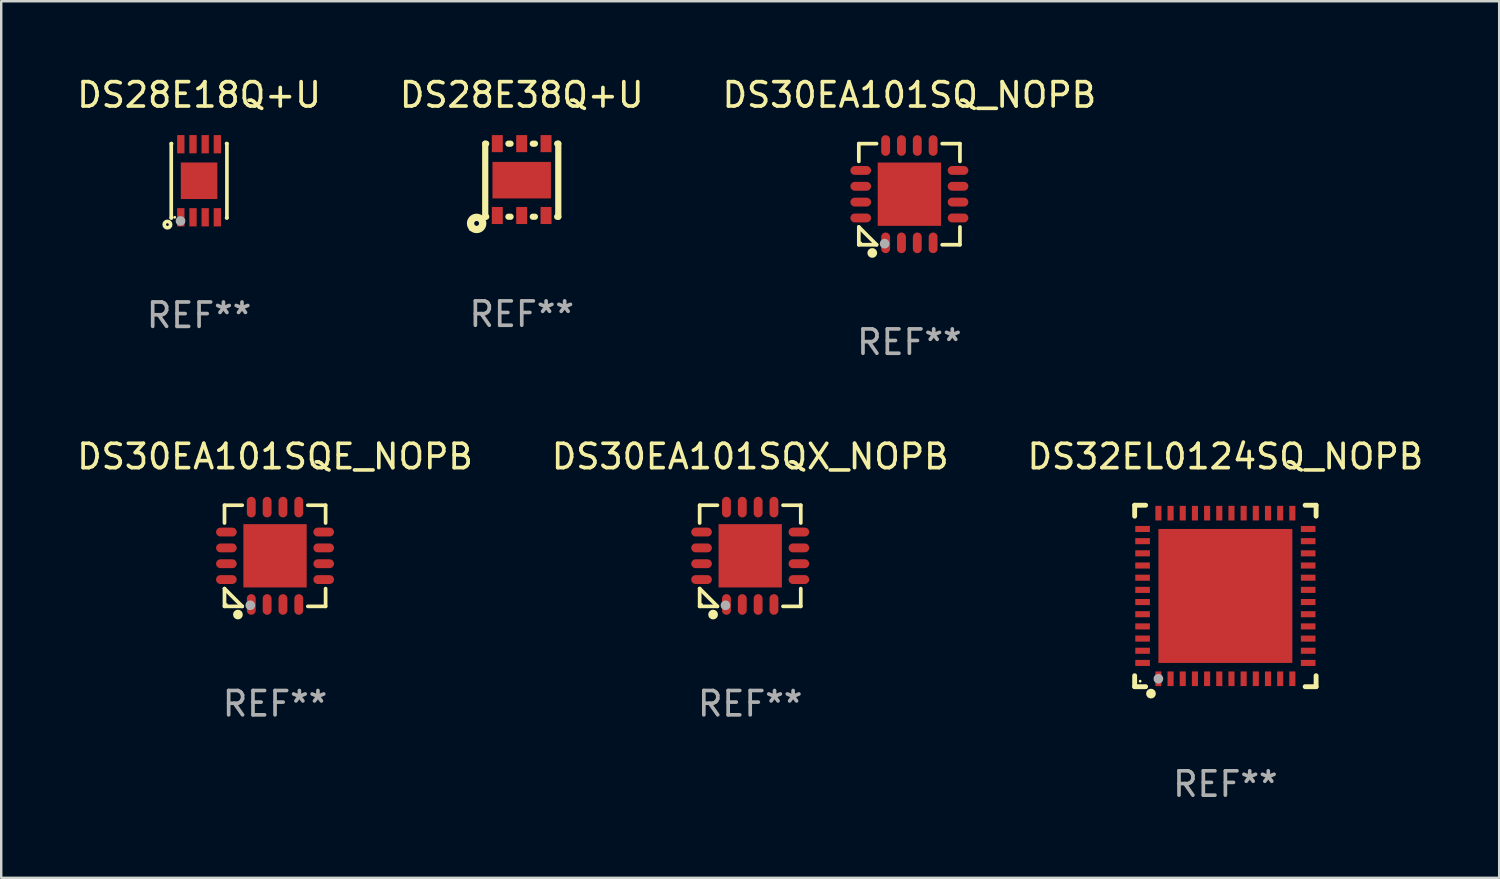
<source format=kicad_pcb>
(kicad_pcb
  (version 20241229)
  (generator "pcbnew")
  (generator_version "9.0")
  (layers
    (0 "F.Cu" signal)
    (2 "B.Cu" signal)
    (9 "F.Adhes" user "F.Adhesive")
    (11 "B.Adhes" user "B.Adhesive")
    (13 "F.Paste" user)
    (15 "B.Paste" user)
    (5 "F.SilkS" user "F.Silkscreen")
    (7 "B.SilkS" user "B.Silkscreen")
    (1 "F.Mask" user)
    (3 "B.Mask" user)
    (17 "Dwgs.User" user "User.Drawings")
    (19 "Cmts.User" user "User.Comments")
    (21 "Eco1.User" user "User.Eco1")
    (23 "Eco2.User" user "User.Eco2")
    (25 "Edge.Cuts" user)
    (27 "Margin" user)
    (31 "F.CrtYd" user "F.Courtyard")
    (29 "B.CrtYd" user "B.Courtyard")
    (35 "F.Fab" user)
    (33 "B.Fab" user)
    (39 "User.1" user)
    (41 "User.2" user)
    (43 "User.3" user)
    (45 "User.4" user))
  (footprint "DS32EL0124SQ_NOPB"
    (layer "F.Cu")
    (at 47.268 21.422)
    (property "Reference" "DS32EL0124SQ_NOPB" (at 0 -5.725 0) (layer "F.SilkS") (effects (font (size 1 1) (thickness 0.15))))
    (attr through_hole)
    (fp_line (start -3.725 -3.725) (end -3.275 -3.725) (stroke (width 0.2) (type solid)) (layer "F.SilkS"))
    (fp_line (start -3.725 -3.275) (end -3.725 -3.725) (stroke (width 0.2) (type solid)) (layer "F.SilkS"))
    (fp_line (start -3.725 3.725) (end -3.725 3.275) (stroke (width 0.2) (type solid)) (layer "F.SilkS"))
    (fp_line (start -3.275 3.725) (end -3.725 3.725) (stroke (width 0.2) (type solid)) (layer "F.SilkS"))
    (fp_line (start 3.275 3.725) (end 3.725 3.725) (stroke (width 0.2) (type solid)) (layer "F.SilkS"))
    (fp_line (start 3.725 -3.725) (end 3.275 -3.725) (stroke (width 0.2) (type solid)) (layer "F.SilkS"))
    (fp_line (start 3.725 -3.275) (end 3.725 -3.725) (stroke (width 0.2) (type solid)) (layer "F.SilkS"))
    (fp_line (start 3.725 3.725) (end 3.725 3.275) (stroke (width 0.2) (type solid)) (layer "F.SilkS"))
    (fp_circle (center -3.5 3.5) (end -3.47 3.5) (stroke (width 0.06) (type solid)) (fill no) (layer "F.SilkS"))
    (fp_circle (center -3.055 4.01) (end -2.955 4.01) (stroke (width 0.2) (type solid)) (fill no) (layer "F.SilkS"))
    (fp_circle (center -2.75 3.4) (end -2.65 3.4) (stroke (width 0.2) (type solid)) (fill no) (layer "F.Fab"))
    (fp_text user "REF**" (at 0 7.725 0) (layer "F.Fab") (effects (font (size 1 1) (thickness 0.15))))
    (pad "1" smd rect (at -2.75 3.4 180) (size 0.25 0.6) (layers "F.Cu" "F.Mask" "F.Paste"))
    (pad "2" smd rect (at -2.25 3.4 180) (size 0.25 0.6) (layers "F.Cu" "F.Mask" "F.Paste"))
    (pad "3" smd rect (at -1.75 3.4 180) (size 0.25 0.6) (layers "F.Cu" "F.Mask" "F.Paste"))
    (pad "4" smd rect (at -1.25 3.4 180) (size 0.25 0.6) (layers "F.Cu" "F.Mask" "F.Paste"))
    (pad "5" smd rect (at -0.75 3.4 180) (size 0.25 0.6) (layers "F.Cu" "F.Mask" "F.Paste"))
    (pad "6" smd rect (at -0.25 3.4 180) (size 0.25 0.6) (layers "F.Cu" "F.Mask" "F.Paste"))
    (pad "7" smd rect (at 0.25 3.4 180) (size 0.25 0.6) (layers "F.Cu" "F.Mask" "F.Paste"))
    (pad "8" smd rect (at 0.75 3.4 180) (size 0.25 0.6) (layers "F.Cu" "F.Mask" "F.Paste"))
    (pad "9" smd rect (at 1.25 3.4 180) (size 0.25 0.6) (layers "F.Cu" "F.Mask" "F.Paste"))
    (pad "10" smd rect (at 1.75 3.4 180) (size 0.25 0.6) (layers "F.Cu" "F.Mask" "F.Paste"))
    (pad "11" smd rect (at 2.25 3.4 180) (size 0.25 0.6) (layers "F.Cu" "F.Mask" "F.Paste"))
    (pad "12" smd rect (at 2.75 3.4 180) (size 0.25 0.6) (layers "F.Cu" "F.Mask" "F.Paste"))
    (pad "13" smd rect (at 3.4 2.75 90) (size 0.25 0.6) (layers "F.Cu" "F.Mask" "F.Paste"))
    (pad "14" smd rect (at 3.4 2.25 90) (size 0.25 0.6) (layers "F.Cu" "F.Mask" "F.Paste"))
    (pad "15" smd rect (at 3.4 1.75 90) (size 0.25 0.6) (layers "F.Cu" "F.Mask" "F.Paste"))
    (pad "16" smd rect (at 3.4 1.25 90) (size 0.25 0.6) (layers "F.Cu" "F.Mask" "F.Paste"))
    (pad "17" smd rect (at 3.4 0.75 90) (size 0.25 0.6) (layers "F.Cu" "F.Mask" "F.Paste"))
    (pad "18" smd rect (at 3.4 0.25 90) (size 0.25 0.6) (layers "F.Cu" "F.Mask" "F.Paste"))
    (pad "19" smd rect (at 3.4 -0.25 90) (size 0.25 0.6) (layers "F.Cu" "F.Mask" "F.Paste"))
    (pad "20" smd rect (at 3.4 -0.75 90) (size 0.25 0.6) (layers "F.Cu" "F.Mask" "F.Paste"))
    (pad "21" smd rect (at 3.4 -1.25 90) (size 0.25 0.6) (layers "F.Cu" "F.Mask" "F.Paste"))
    (pad "22" smd rect (at 3.4 -1.75 90) (size 0.25 0.6) (layers "F.Cu" "F.Mask" "F.Paste"))
    (pad "23" smd rect (at 3.4 -2.25 90) (size 0.25 0.6) (layers "F.Cu" "F.Mask" "F.Paste"))
    (pad "24" smd rect (at 3.4 -2.75 90) (size 0.25 0.6) (layers "F.Cu" "F.Mask" "F.Paste"))
    (pad "25" smd rect (at 2.75 -3.4 180) (size 0.25 0.6) (layers "F.Cu" "F.Mask" "F.Paste"))
    (pad "26" smd rect (at 2.25 -3.4 180) (size 0.25 0.6) (layers "F.Cu" "F.Mask" "F.Paste"))
    (pad "27" smd rect (at 1.75 -3.4 180) (size 0.25 0.6) (layers "F.Cu" "F.Mask" "F.Paste"))
    (pad "28" smd rect (at 1.25 -3.4 180) (size 0.25 0.6) (layers "F.Cu" "F.Mask" "F.Paste"))
    (pad "29" smd rect (at 0.75 -3.4 180) (size 0.25 0.6) (layers "F.Cu" "F.Mask" "F.Paste"))
    (pad "30" smd rect (at 0.25 -3.4 180) (size 0.25 0.6) (layers "F.Cu" "F.Mask" "F.Paste"))
    (pad "31" smd rect (at -0.25 -3.4 180) (size 0.25 0.6) (layers "F.Cu" "F.Mask" "F.Paste"))
    (pad "32" smd rect (at -0.75 -3.4 180) (size 0.25 0.6) (layers "F.Cu" "F.Mask" "F.Paste"))
    (pad "33" smd rect (at -1.25 -3.4 180) (size 0.25 0.6) (layers "F.Cu" "F.Mask" "F.Paste"))
    (pad "34" smd rect (at -1.75 -3.4 180) (size 0.25 0.6) (layers "F.Cu" "F.Mask" "F.Paste"))
    (pad "35" smd rect (at -2.25 -3.4 180) (size 0.25 0.6) (layers "F.Cu" "F.Mask" "F.Paste"))
    (pad "36" smd rect (at -2.75 -3.4 180) (size 0.25 0.6) (layers "F.Cu" "F.Mask" "F.Paste"))
    (pad "37" smd rect (at -3.4 -2.75 90) (size 0.25 0.6) (layers "F.Cu" "F.Mask" "F.Paste"))
    (pad "38" smd rect (at -3.4 -2.25 90) (size 0.25 0.6) (layers "F.Cu" "F.Mask" "F.Paste"))
    (pad "39" smd rect (at -3.4 -1.75 90) (size 0.25 0.6) (layers "F.Cu" "F.Mask" "F.Paste"))
    (pad "40" smd rect (at -3.4 -1.25 90) (size 0.25 0.6) (layers "F.Cu" "F.Mask" "F.Paste"))
    (pad "41" smd rect (at -3.4 -0.75 90) (size 0.25 0.6) (layers "F.Cu" "F.Mask" "F.Paste"))
    (pad "42" smd rect (at -3.4 -0.25 90) (size 0.25 0.6) (layers "F.Cu" "F.Mask" "F.Paste"))
    (pad "43" smd rect (at -3.4 0.25 90) (size 0.25 0.6) (layers "F.Cu" "F.Mask" "F.Paste"))
    (pad "44" smd rect (at -3.4 0.75 90) (size 0.25 0.6) (layers "F.Cu" "F.Mask" "F.Paste"))
    (pad "45" smd rect (at -3.4 1.25 90) (size 0.25 0.6) (layers "F.Cu" "F.Mask" "F.Paste"))
    (pad "46" smd rect (at -3.4 1.75 90) (size 0.25 0.6) (layers "F.Cu" "F.Mask" "F.Paste"))
    (pad "47" smd rect (at -3.4 2.25 90) (size 0.25 0.6) (layers "F.Cu" "F.Mask" "F.Paste"))
    (pad "48" smd rect (at -3.4 2.75 90) (size 0.25 0.6) (layers "F.Cu" "F.Mask" "F.Paste"))
    (pad "49" smd rect (at -0.000076 -0.000076 90) (size 5.5 5.5) (layers "F.Cu" "F.Mask" "F.Paste")))
  (footprint "DS28E38Q+U"
    (layer "F.Cu")
    (at 18.375 4.349)
    (property "Reference" "DS28E38Q+U" (at 0 -3.501 0) (layer "F.SilkS") (effects (font (size 1 1) (thickness 0.15))))
    (attr through_hole)
    (fp_line (start -1.5 -1.499) (end -1.46 -1.499) (stroke (width 0.254) (type solid)) (layer "F.SilkS"))
    (fp_line (start -1.5 1.501) (end -1.5 -1.499) (stroke (width 0.254) (type solid)) (layer "F.SilkS"))
    (fp_line (start -1.5 1.501) (end -1.46 1.501) (stroke (width 0.254) (type solid)) (layer "F.SilkS"))
    (fp_line (start -0.548 -1.499) (end -0.459 -1.499) (stroke (width 0.254) (type solid)) (layer "F.SilkS"))
    (fp_line (start -0.548 1.501) (end -0.459 1.501) (stroke (width 0.254) (type solid)) (layer "F.SilkS"))
    (fp_line (start 0.453 -1.499) (end 0.541 -1.499) (stroke (width 0.254) (type solid)) (layer "F.SilkS"))
    (fp_line (start 0.453 1.501) (end 0.541 1.501) (stroke (width 0.254) (type solid)) (layer "F.SilkS"))
    (fp_line (start 1.454 -1.499) (end 1.5 -1.499) (stroke (width 0.254) (type solid)) (layer "F.SilkS"))
    (fp_line (start 1.454 1.501) (end 1.5 1.501) (stroke (width 0.254) (type solid)) (layer "F.SilkS"))
    (fp_line (start 1.5 1.501) (end 1.5 -1.499) (stroke (width 0.254) (type solid)) (layer "F.SilkS"))
    (fp_circle (center -2.103 2.025) (end -2.073 2.025) (stroke (width 0.06) (type solid)) (fill no) (layer "F.SilkS"))
    (fp_circle (center -1.853 1.775) (end -1.753 1.775) (stroke (width 0.3) (type solid)) (fill no) (layer "F.SilkS"))
    (fp_text user "REF**" (at 0 5.501 0) (layer "F.Fab") (effects (font (size 1 1) (thickness 0.15))))
    (pad "1" smd rect (at -1.004 1.45) (size 0.45 0.701) (layers "F.Cu" "F.Mask" "F.Paste"))
    (pad "2" smd rect (at -0.003 1.45) (size 0.45 0.701) (layers "F.Cu" "F.Mask" "F.Paste"))
    (pad "3" smd rect (at 0.997 1.45) (size 0.45 0.701) (layers "F.Cu" "F.Mask" "F.Paste"))
    (pad "4" smd rect (at 0.997 -1.501) (size 0.45 0.701) (layers "F.Cu" "F.Mask" "F.Paste"))
    (pad "5" smd rect (at -0.003 -1.501) (size 0.45 0.701) (layers "F.Cu" "F.Mask" "F.Paste"))
    (pad "6" smd rect (at -1.004 -1.501) (size 0.45 0.701) (layers "F.Cu" "F.Mask" "F.Paste"))
    (pad "7" smd rect (at -0.003 0) (size 2.4 1.5) (layers "F.Cu" "F.Mask" "F.Paste")))
  (footprint "DS30EA101SQ_NOPB"
    (layer "F.Cu")
    (at 34.292 4.924)
    (property "Reference" "DS30EA101SQ_NOPB" (at 0 -4.076 0) (layer "F.SilkS") (effects (font (size 1 1) (thickness 0.15))))
    (attr through_hole)
    (fp_line (start -2.076 -2.076) (end -1.347 -2.076) (stroke (width 0.152) (type solid)) (layer "F.SilkS"))
    (fp_line (start -2.076 -1.347) (end -2.076 -2.076) (stroke (width 0.152) (type solid)) (layer "F.SilkS"))
    (fp_line (start -2.076 1.347) (end -2.076 2.076) (stroke (width 0.152) (type solid)) (layer "F.SilkS"))
    (fp_line (start -2.076 2.076) (end -1.347 2.076) (stroke (width 0.152) (type solid)) (layer "F.SilkS"))
    (fp_line (start -1.347 2.076) (end -2.076 1.347) (stroke (width 0.152) (type solid)) (layer "F.SilkS"))
    (fp_line (start 2.076 -2.076) (end 1.347 -2.076) (stroke (width 0.152) (type solid)) (layer "F.SilkS"))
    (fp_line (start 2.076 -1.347) (end 2.076 -2.076) (stroke (width 0.152) (type solid)) (layer "F.SilkS"))
    (fp_line (start 2.076 1.347) (end 2.076 2.076) (stroke (width 0.152) (type solid)) (layer "F.SilkS"))
    (fp_line (start 2.076 2.076) (end 1.347 2.076) (stroke (width 0.152) (type solid)) (layer "F.SilkS"))
    (fp_circle (center -2 2) (end -1.97 2) (stroke (width 0.06) (type solid)) (fill no) (layer "F.SilkS"))
    (fp_circle (center -1.524 2.413) (end -1.424 2.413) (stroke (width 0.2) (type solid)) (fill no) (layer "F.SilkS"))
    (fp_circle (center -1.016 2.032) (end -0.916 2.032) (stroke (width 0.2) (type solid)) (fill no) (layer "F.Fab"))
    (fp_text user "REF**" (at 0 6.076 0) (layer "F.Fab") (effects (font (size 1 1) (thickness 0.15))))
    (pad "1" smd oval (at -0.975 1.998) (size 0.364 0.847) (layers "F.Cu" "F.Mask" "F.Paste"))
    (pad "2" smd oval (at -0.325 1.998) (size 0.364 0.847) (layers "F.Cu" "F.Mask" "F.Paste"))
    (pad "3" smd oval (at 0.325 1.998) (size 0.364 0.847) (layers "F.Cu" "F.Mask" "F.Paste"))
    (pad "4" smd oval (at 0.975 1.998) (size 0.364 0.847) (layers "F.Cu" "F.Mask" "F.Paste"))
    (pad "5" smd oval (at 1.998 0.975) (size 0.847 0.364) (layers "F.Cu" "F.Mask" "F.Paste"))
    (pad "6" smd oval (at 1.998 0.325) (size 0.847 0.364) (layers "F.Cu" "F.Mask" "F.Paste"))
    (pad "7" smd oval (at 1.998 -0.325) (size 0.847 0.364) (layers "F.Cu" "F.Mask" "F.Paste"))
    (pad "8" smd oval (at 1.998 -0.975) (size 0.847 0.364) (layers "F.Cu" "F.Mask" "F.Paste"))
    (pad "9" smd oval (at 0.975 -1.999) (size 0.364 0.847) (layers "F.Cu" "F.Mask" "F.Paste"))
    (pad "10" smd oval (at 0.325 -1.999) (size 0.364 0.847) (layers "F.Cu" "F.Mask" "F.Paste"))
    (pad "11" smd oval (at -0.325 -1.999) (size 0.364 0.847) (layers "F.Cu" "F.Mask" "F.Paste"))
    (pad "12" smd oval (at -0.975 -1.999) (size 0.364 0.847) (layers "F.Cu" "F.Mask" "F.Paste"))
    (pad "13" smd oval (at -1.998 -0.975) (size 0.847 0.364) (layers "F.Cu" "F.Mask" "F.Paste"))
    (pad "14" smd oval (at -1.998 -0.325) (size 0.847 0.364) (layers "F.Cu" "F.Mask" "F.Paste"))
    (pad "15" smd oval (at -1.998 0.325) (size 0.847 0.364) (layers "F.Cu" "F.Mask" "F.Paste"))
    (pad "16" smd oval (at -1.998 0.975) (size 0.847 0.364) (layers "F.Cu" "F.Mask" "F.Paste"))
    (pad "17" smd rect (at 0 -0.000025) (size 2.6 2.6) (layers "F.Cu" "F.Mask" "F.Paste")))
  (footprint "DS30EA101SQE_NOPB"
    (layer "F.Cu")
    (at 8.244 19.773)
    (property "Reference" "DS30EA101SQE_NOPB" (at 0 -4.076 0) (layer "F.SilkS") (effects (font (size 1 1) (thickness 0.15))))
    (attr through_hole)
    (fp_line (start -2.076 -2.076) (end -1.347 -2.076) (stroke (width 0.152) (type solid)) (layer "F.SilkS"))
    (fp_line (start -2.076 -1.347) (end -2.076 -2.076) (stroke (width 0.152) (type solid)) (layer "F.SilkS"))
    (fp_line (start -2.076 1.347) (end -2.076 2.076) (stroke (width 0.152) (type solid)) (layer "F.SilkS"))
    (fp_line (start -2.076 2.076) (end -1.347 2.076) (stroke (width 0.152) (type solid)) (layer "F.SilkS"))
    (fp_line (start -1.347 2.076) (end -2.076 1.347) (stroke (width 0.152) (type solid)) (layer "F.SilkS"))
    (fp_line (start 2.076 -2.076) (end 1.347 -2.076) (stroke (width 0.152) (type solid)) (layer "F.SilkS"))
    (fp_line (start 2.076 -1.347) (end 2.076 -2.076) (stroke (width 0.152) (type solid)) (layer "F.SilkS"))
    (fp_line (start 2.076 1.347) (end 2.076 2.076) (stroke (width 0.152) (type solid)) (layer "F.SilkS"))
    (fp_line (start 2.076 2.076) (end 1.347 2.076) (stroke (width 0.152) (type solid)) (layer "F.SilkS"))
    (fp_circle (center -2 2) (end -1.97 2) (stroke (width 0.06) (type solid)) (fill no) (layer "F.SilkS"))
    (fp_circle (center -1.524 2.413) (end -1.424 2.413) (stroke (width 0.2) (type solid)) (fill no) (layer "F.SilkS"))
    (fp_circle (center -1.016 2.032) (end -0.916 2.032) (stroke (width 0.2) (type solid)) (fill no) (layer "F.Fab"))
    (fp_text user "REF**" (at 0 6.076 0) (layer "F.Fab") (effects (font (size 1 1) (thickness 0.15))))
    (pad "1" smd oval (at -0.975 1.998) (size 0.364 0.847) (layers "F.Cu" "F.Mask" "F.Paste"))
    (pad "2" smd oval (at -0.325 1.998) (size 0.364 0.847) (layers "F.Cu" "F.Mask" "F.Paste"))
    (pad "3" smd oval (at 0.325 1.998) (size 0.364 0.847) (layers "F.Cu" "F.Mask" "F.Paste"))
    (pad "4" smd oval (at 0.975 1.998) (size 0.364 0.847) (layers "F.Cu" "F.Mask" "F.Paste"))
    (pad "5" smd oval (at 1.998 0.975) (size 0.847 0.364) (layers "F.Cu" "F.Mask" "F.Paste"))
    (pad "6" smd oval (at 1.998 0.325) (size 0.847 0.364) (layers "F.Cu" "F.Mask" "F.Paste"))
    (pad "7" smd oval (at 1.998 -0.325) (size 0.847 0.364) (layers "F.Cu" "F.Mask" "F.Paste"))
    (pad "8" smd oval (at 1.998 -0.975) (size 0.847 0.364) (layers "F.Cu" "F.Mask" "F.Paste"))
    (pad "9" smd oval (at 0.975 -1.999) (size 0.364 0.847) (layers "F.Cu" "F.Mask" "F.Paste"))
    (pad "10" smd oval (at 0.325 -1.999) (size 0.364 0.847) (layers "F.Cu" "F.Mask" "F.Paste"))
    (pad "11" smd oval (at -0.325 -1.999) (size 0.364 0.847) (layers "F.Cu" "F.Mask" "F.Paste"))
    (pad "12" smd oval (at -0.975 -1.999) (size 0.364 0.847) (layers "F.Cu" "F.Mask" "F.Paste"))
    (pad "13" smd oval (at -1.998 -0.975) (size 0.847 0.364) (layers "F.Cu" "F.Mask" "F.Paste"))
    (pad "14" smd oval (at -1.998 -0.325) (size 0.847 0.364) (layers "F.Cu" "F.Mask" "F.Paste"))
    (pad "15" smd oval (at -1.998 0.325) (size 0.847 0.364) (layers "F.Cu" "F.Mask" "F.Paste"))
    (pad "16" smd oval (at -1.998 0.975) (size 0.847 0.364) (layers "F.Cu" "F.Mask" "F.Paste"))
    (pad "17" smd rect (at 0 -0.000025) (size 2.6 2.6) (layers "F.Cu" "F.Mask" "F.Paste")))
  (footprint "DS30EA101SQX_NOPB"
    (layer "F.Cu")
    (at 27.756 19.773)
    (property "Reference" "DS30EA101SQX_NOPB" (at 0 -4.076 0) (layer "F.SilkS") (effects (font (size 1 1) (thickness 0.15))))
    (attr through_hole)
    (fp_line (start -2.076 -2.076) (end -1.347 -2.076) (stroke (width 0.152) (type solid)) (layer "F.SilkS"))
    (fp_line (start -2.076 -1.347) (end -2.076 -2.076) (stroke (width 0.152) (type solid)) (layer "F.SilkS"))
    (fp_line (start -2.076 1.347) (end -2.076 2.076) (stroke (width 0.152) (type solid)) (layer "F.SilkS"))
    (fp_line (start -2.076 2.076) (end -1.347 2.076) (stroke (width 0.152) (type solid)) (layer "F.SilkS"))
    (fp_line (start -1.347 2.076) (end -2.076 1.347) (stroke (width 0.152) (type solid)) (layer "F.SilkS"))
    (fp_line (start 2.076 -2.076) (end 1.347 -2.076) (stroke (width 0.152) (type solid)) (layer "F.SilkS"))
    (fp_line (start 2.076 -1.347) (end 2.076 -2.076) (stroke (width 0.152) (type solid)) (layer "F.SilkS"))
    (fp_line (start 2.076 1.347) (end 2.076 2.076) (stroke (width 0.152) (type solid)) (layer "F.SilkS"))
    (fp_line (start 2.076 2.076) (end 1.347 2.076) (stroke (width 0.152) (type solid)) (layer "F.SilkS"))
    (fp_circle (center -2 2) (end -1.97 2) (stroke (width 0.06) (type solid)) (fill no) (layer "F.SilkS"))
    (fp_circle (center -1.524 2.413) (end -1.424 2.413) (stroke (width 0.2) (type solid)) (fill no) (layer "F.SilkS"))
    (fp_circle (center -1.016 2.032) (end -0.916 2.032) (stroke (width 0.2) (type solid)) (fill no) (layer "F.Fab"))
    (fp_text user "REF**" (at 0 6.076 0) (layer "F.Fab") (effects (font (size 1 1) (thickness 0.15))))
    (pad "1" smd oval (at -0.975 1.998) (size 0.364 0.847) (layers "F.Cu" "F.Mask" "F.Paste"))
    (pad "2" smd oval (at -0.325 1.998) (size 0.364 0.847) (layers "F.Cu" "F.Mask" "F.Paste"))
    (pad "3" smd oval (at 0.325 1.998) (size 0.364 0.847) (layers "F.Cu" "F.Mask" "F.Paste"))
    (pad "4" smd oval (at 0.975 1.998) (size 0.364 0.847) (layers "F.Cu" "F.Mask" "F.Paste"))
    (pad "5" smd oval (at 1.998 0.975) (size 0.847 0.364) (layers "F.Cu" "F.Mask" "F.Paste"))
    (pad "6" smd oval (at 1.998 0.325) (size 0.847 0.364) (layers "F.Cu" "F.Mask" "F.Paste"))
    (pad "7" smd oval (at 1.998 -0.325) (size 0.847 0.364) (layers "F.Cu" "F.Mask" "F.Paste"))
    (pad "8" smd oval (at 1.998 -0.975) (size 0.847 0.364) (layers "F.Cu" "F.Mask" "F.Paste"))
    (pad "9" smd oval (at 0.975 -1.999) (size 0.364 0.847) (layers "F.Cu" "F.Mask" "F.Paste"))
    (pad "10" smd oval (at 0.325 -1.999) (size 0.364 0.847) (layers "F.Cu" "F.Mask" "F.Paste"))
    (pad "11" smd oval (at -0.325 -1.999) (size 0.364 0.847) (layers "F.Cu" "F.Mask" "F.Paste"))
    (pad "12" smd oval (at -0.975 -1.999) (size 0.364 0.847) (layers "F.Cu" "F.Mask" "F.Paste"))
    (pad "13" smd oval (at -1.998 -0.975) (size 0.847 0.364) (layers "F.Cu" "F.Mask" "F.Paste"))
    (pad "14" smd oval (at -1.998 -0.325) (size 0.847 0.364) (layers "F.Cu" "F.Mask" "F.Paste"))
    (pad "15" smd oval (at -1.998 0.325) (size 0.847 0.364) (layers "F.Cu" "F.Mask" "F.Paste"))
    (pad "16" smd oval (at -1.998 0.975) (size 0.847 0.364) (layers "F.Cu" "F.Mask" "F.Paste"))
    (pad "17" smd rect (at 0 -0.000025) (size 2.6 2.6) (layers "F.Cu" "F.Mask" "F.Paste")))
  (footprint "DS28E18Q+U"
    (layer "F.Cu")
    (at 5.125 4.372)
    (property "Reference" "DS28E18Q+U" (at 0 -3.524 0) (layer "F.SilkS") (effects (font (size 1 1) (thickness 0.15))))
    (attr through_hole)
    (fp_line (start -1.143 -1.524) (end -1.143 1.524) (stroke (width 0.15) (type solid)) (layer "F.SilkS"))
    (fp_line (start -1.143 1.524) (end -1.129 1.524) (stroke (width 0.15) (type solid)) (layer "F.SilkS"))
    (fp_line (start -1.129 -1.524) (end -1.143 -1.524) (stroke (width 0.15) (type solid)) (layer "F.SilkS"))
    (fp_line (start 1.129 1.524) (end 1.143 1.524) (stroke (width 0.15) (type solid)) (layer "F.SilkS"))
    (fp_line (start 1.143 -1.524) (end 1.129 -1.524) (stroke (width 0.15) (type solid)) (layer "F.SilkS"))
    (fp_line (start 1.143 1.524) (end 1.143 -1.524) (stroke (width 0.15) (type solid)) (layer "F.SilkS"))
    (fp_circle (center -1.3 1.8) (end -1.243 1.8) (stroke (width 0.15) (type solid)) (fill no) (layer "F.SilkS"))
    (fp_circle (center -1 1.5) (end -0.97 1.5) (stroke (width 0.06) (type solid)) (fill no) (layer "F.SilkS"))
    (fp_circle (center -0.762 1.651) (end -0.662 1.651) (stroke (width 0.2) (type solid)) (fill no) (layer "F.Fab"))
    (fp_text user "REF**" (at 0 5.524 0) (layer "F.Fab") (effects (font (size 1 1) (thickness 0.15))))
    (pad "1" smd rect (at -0.75 1.5 90) (size 0.75 0.3) (layers "F.Cu" "F.Mask" "F.Paste"))
    (pad "2" smd rect (at -0.25 1.5 90) (size 0.75 0.3) (layers "F.Cu" "F.Mask" "F.Paste"))
    (pad "3" smd rect (at 0.25 1.5 90) (size 0.75 0.3) (layers "F.Cu" "F.Mask" "F.Paste"))
    (pad "4" smd rect (at 0.75 1.5 90) (size 0.75 0.3) (layers "F.Cu" "F.Mask" "F.Paste"))
    (pad "5" smd rect (at 0.75 -1.5 90) (size 0.75 0.3) (layers "F.Cu" "F.Mask" "F.Paste"))
    (pad "6" smd rect (at 0.25 -1.5 90) (size 0.75 0.3) (layers "F.Cu" "F.Mask" "F.Paste"))
    (pad "7" smd rect (at -0.25 -1.5 90) (size 0.75 0.3) (layers "F.Cu" "F.Mask" "F.Paste"))
    (pad "8" smd rect (at -0.75 -1.5 90) (size 0.75 0.3) (layers "F.Cu" "F.Mask" "F.Paste"))
    (pad "9" smd rect (at -0.000203 0.000457 90) (size 1.5 1.5) (layers "F.Cu" "F.Mask" "F.Paste")))
  (gr_rect
    (start -3 -3)
    (end 58.512 32.995)
    (stroke (width 0.1) (type default))
    (fill no)
    (layer "Edge.Cuts")))
</source>
